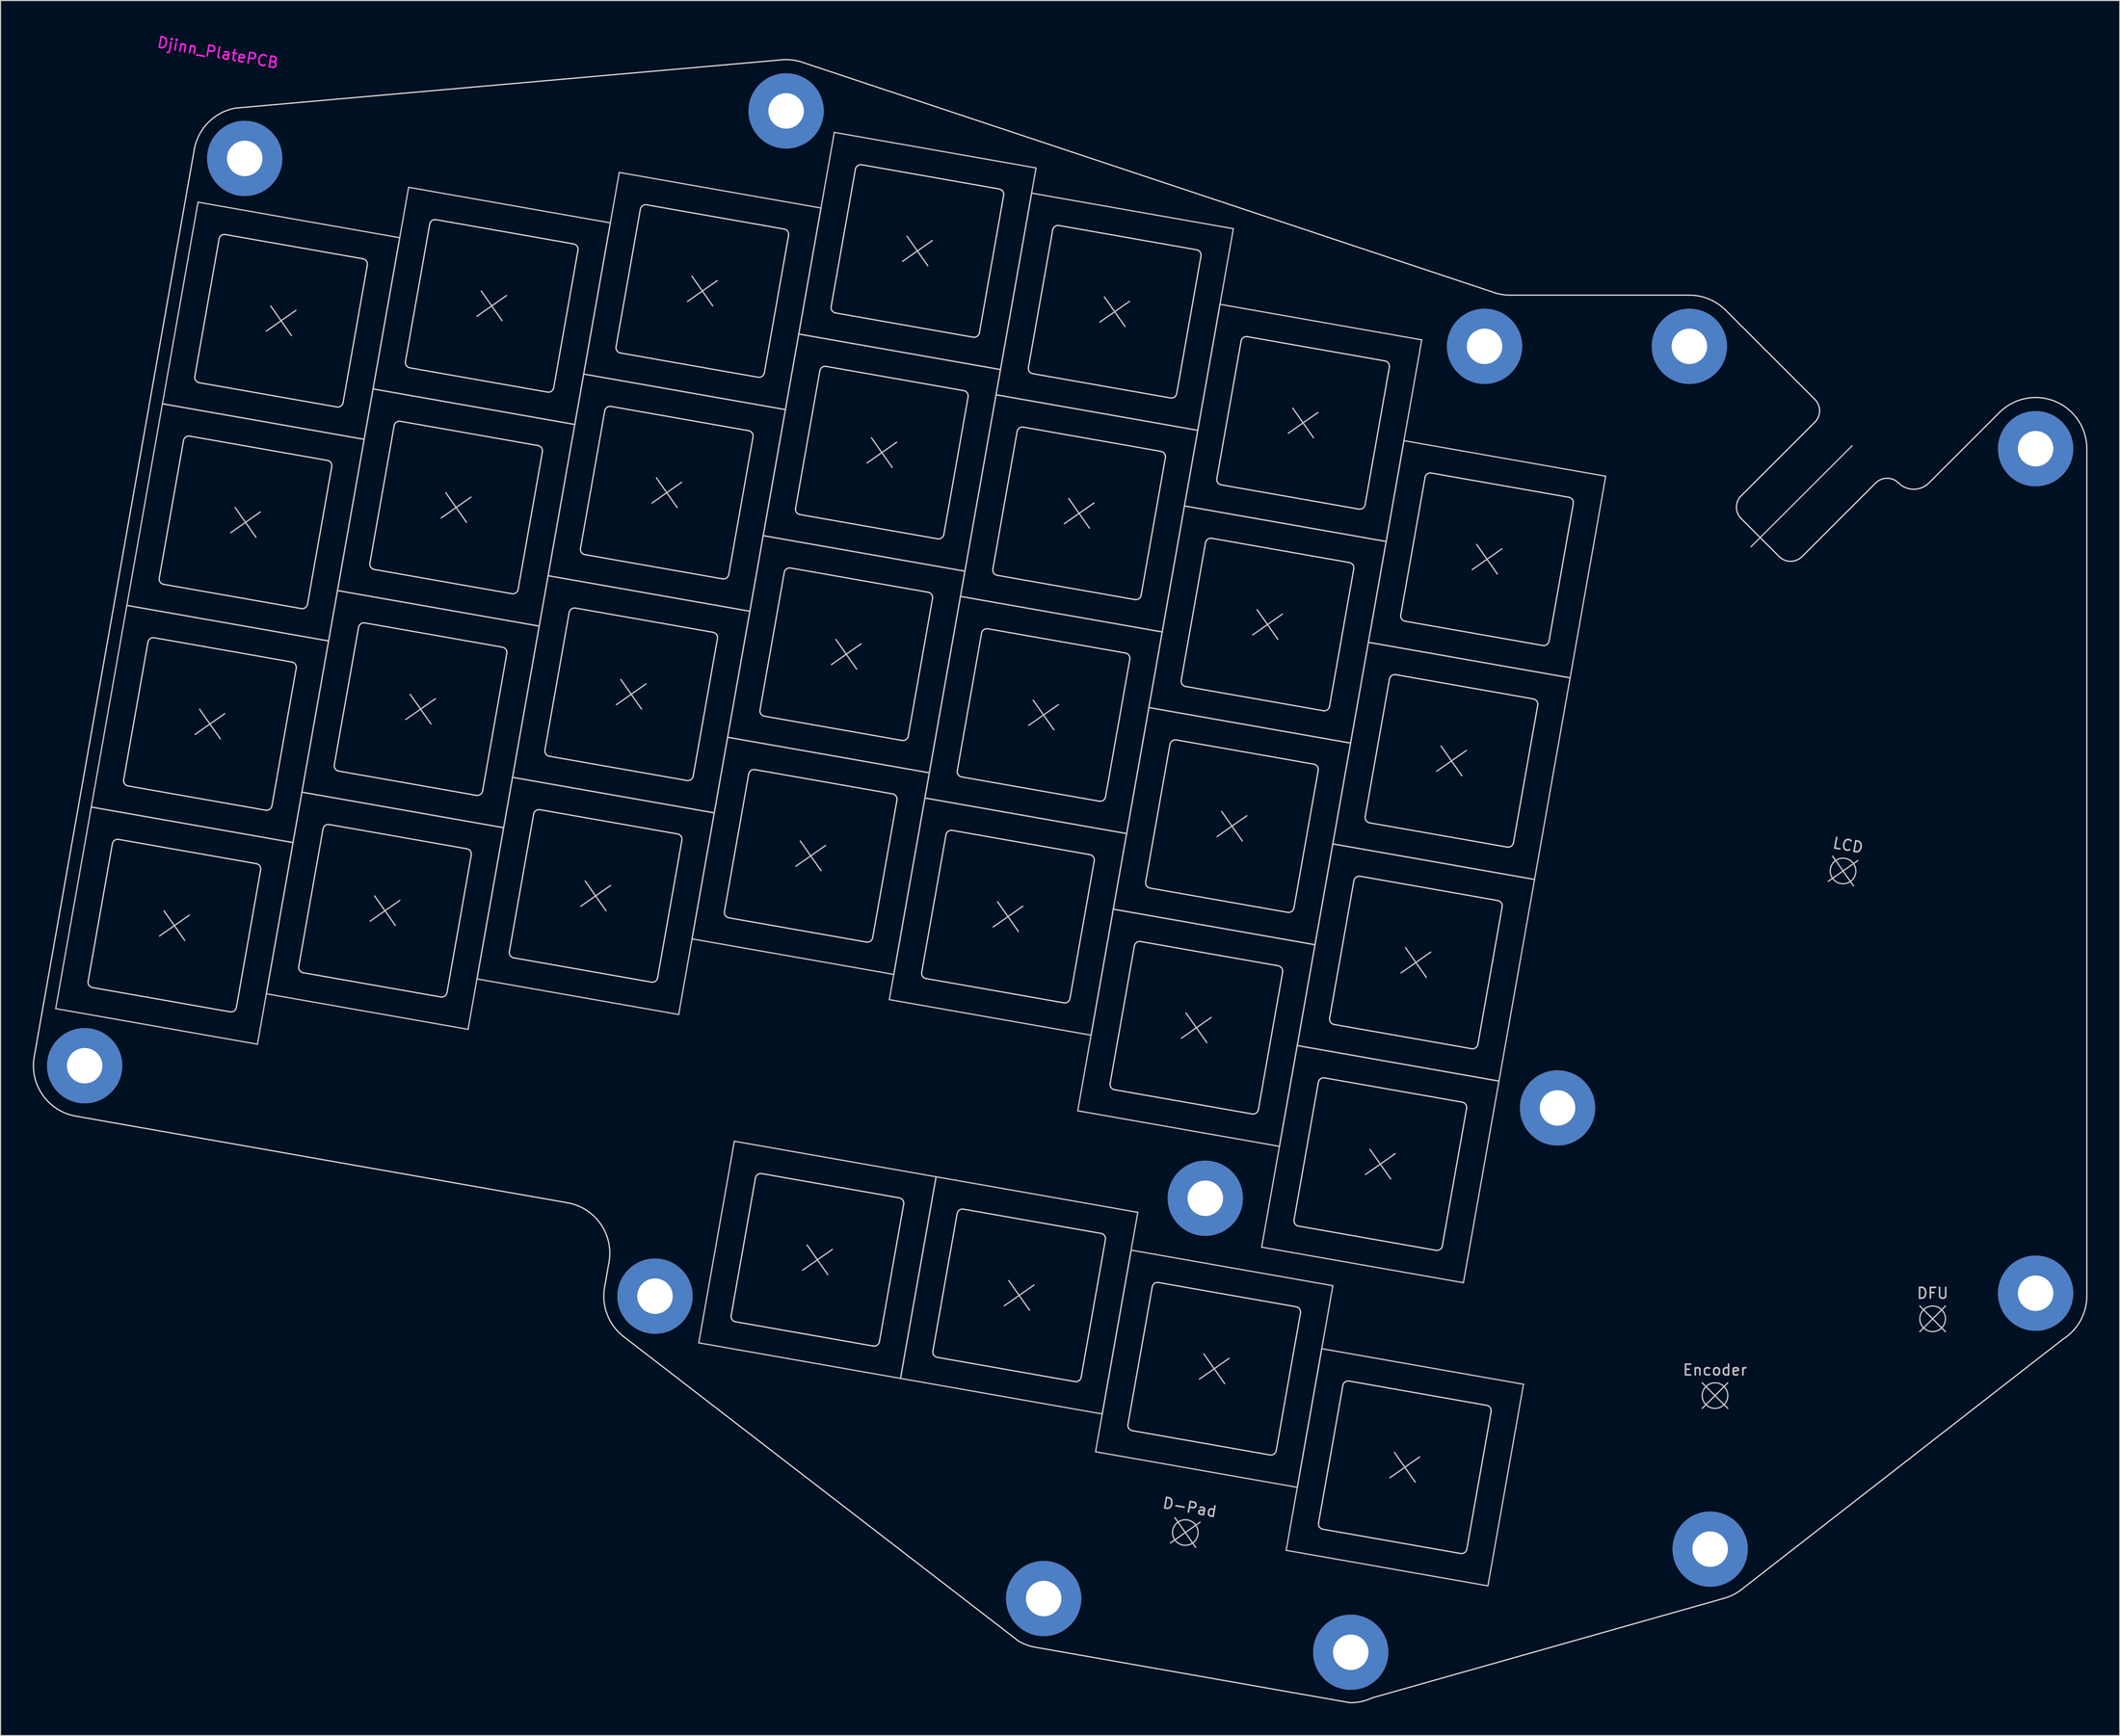
<source format=kicad_pcb>
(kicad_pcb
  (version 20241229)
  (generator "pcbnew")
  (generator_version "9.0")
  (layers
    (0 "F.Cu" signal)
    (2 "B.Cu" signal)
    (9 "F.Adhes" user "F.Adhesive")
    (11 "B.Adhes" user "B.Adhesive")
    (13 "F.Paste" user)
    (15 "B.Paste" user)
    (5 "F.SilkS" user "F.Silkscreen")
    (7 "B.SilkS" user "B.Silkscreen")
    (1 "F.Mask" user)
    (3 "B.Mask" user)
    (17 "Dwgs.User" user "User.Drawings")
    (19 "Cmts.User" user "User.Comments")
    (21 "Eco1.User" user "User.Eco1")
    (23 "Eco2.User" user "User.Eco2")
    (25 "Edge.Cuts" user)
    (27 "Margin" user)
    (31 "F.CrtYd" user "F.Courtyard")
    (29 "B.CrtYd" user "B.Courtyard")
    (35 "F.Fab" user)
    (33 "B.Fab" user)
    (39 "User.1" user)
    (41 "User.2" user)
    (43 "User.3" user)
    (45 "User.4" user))
  (footprint "Djinn_PlatePCB"
    (layer "F.Cu")
    (at 23.09 26.795)
    (property "Reference" "Djinn_PlatePCB" (at -5.88 -24.95 350) (layer "F.CrtYd") (effects (font (size 1 1) (thickness 0.15))))
    (attr through_hole)
    (fp_line (start -20.958 64.008) (end -17.65 45.248) (stroke (width 0.12) (type solid)) (layer "Dwgs.User"))
    (fp_line (start -17.65 45.248) (end 1.11 48.556) (stroke (width 0.12) (type solid)) (layer "Dwgs.User"))
    (fp_line (start -17.65 45.248) (end -14.342 26.487) (stroke (width 0.12) (type solid)) (layer "Dwgs.User"))
    (fp_line (start -14.342 26.487) (end 4.418 29.795) (stroke (width 0.12) (type solid)) (layer "Dwgs.User"))
    (fp_line (start -14.342 26.487) (end -11.034 7.726) (stroke (width 0.12) (type solid)) (layer "Dwgs.User"))
    (fp_line (start -11.034 7.726) (end 7.726 11.034) (stroke (width 0.12) (type solid)) (layer "Dwgs.User"))
    (fp_line (start -11.034 7.726) (end -7.726 -11.034) (stroke (width 0.12) (type solid)) (layer "Dwgs.User"))
    (fp_line (start -10.89 54.903) (end -8.958 57.661) (stroke (width 0.12) (type solid)) (layer "Dwgs.User"))
    (fp_line (start -8.545 55.316) (end -11.303 57.248) (stroke (width 0.12) (type solid)) (layer "Dwgs.User"))
    (fp_line (start -7.726 -11.034) (end 11.034 -7.726) (stroke (width 0.12) (type solid)) (layer "Dwgs.User"))
    (fp_line (start -7.582 36.142) (end -5.65 38.901) (stroke (width 0.12) (type solid)) (layer "Dwgs.User"))
    (fp_line (start -5.237 36.556) (end -7.995 38.487) (stroke (width 0.12) (type solid)) (layer "Dwgs.User"))
    (fp_line (start -4.274 17.381) (end -2.342 20.14) (stroke (width 0.12) (type solid)) (layer "Dwgs.User"))
    (fp_line (start -2.198 67.316) (end -20.958 64.008) (stroke (width 0.12) (type solid)) (layer "Dwgs.User"))
    (fp_line (start -1.929 17.795) (end -4.687 19.726) (stroke (width 0.12) (type solid)) (layer "Dwgs.User"))
    (fp_line (start -1.371 62.626) (end 1.937 43.866) (stroke (width 0.12) (type solid)) (layer "Dwgs.User"))
    (fp_line (start -0.966 -1.379) (end 0.966 1.379) (stroke (width 0.12) (type solid)) (layer "Dwgs.User"))
    (fp_line (start 1.11 48.556) (end -2.198 67.316) (stroke (width 0.12) (type solid)) (layer "Dwgs.User"))
    (fp_line (start 1.11 48.556) (end -17.65 45.248) (stroke (width 0.12) (type solid)) (layer "Dwgs.User"))
    (fp_line (start 1.379 -0.966) (end -1.379 0.966) (stroke (width 0.12) (type solid)) (layer "Dwgs.User"))
    (fp_line (start 1.937 43.866) (end 20.698 47.174) (stroke (width 0.12) (type solid)) (layer "Dwgs.User"))
    (fp_line (start 1.937 43.865) (end 5.245 25.105) (stroke (width 0.12) (type solid)) (layer "Dwgs.User"))
    (fp_line (start 4.418 29.795) (end 1.11 48.556) (stroke (width 0.12) (type solid)) (layer "Dwgs.User"))
    (fp_line (start 4.418 29.795) (end -14.342 26.487) (stroke (width 0.12) (type solid)) (layer "Dwgs.User"))
    (fp_line (start 5.245 25.105) (end 24.006 28.413) (stroke (width 0.12) (type solid)) (layer "Dwgs.User"))
    (fp_line (start 5.245 25.105) (end 8.553 6.344) (stroke (width 0.12) (type solid)) (layer "Dwgs.User"))
    (fp_line (start 7.726 11.034) (end 4.418 29.795) (stroke (width 0.12) (type solid)) (layer "Dwgs.User"))
    (fp_line (start 7.726 11.034) (end -11.034 7.726) (stroke (width 0.12) (type solid)) (layer "Dwgs.User"))
    (fp_line (start 8.553 6.344) (end 27.314 9.652) (stroke (width 0.12) (type solid)) (layer "Dwgs.User"))
    (fp_line (start 8.553 6.344) (end 11.861 -12.416) (stroke (width 0.12) (type solid)) (layer "Dwgs.User"))
    (fp_line (start 8.698 53.521) (end 10.629 56.279) (stroke (width 0.12) (type solid)) (layer "Dwgs.User"))
    (fp_line (start 11.034 -7.726) (end 7.726 11.034) (stroke (width 0.12) (type solid)) (layer "Dwgs.User"))
    (fp_line (start 11.043 53.934) (end 8.284 55.866) (stroke (width 0.12) (type solid)) (layer "Dwgs.User"))
    (fp_line (start 11.861 -12.416) (end 30.622 -9.108) (stroke (width 0.12) (type solid)) (layer "Dwgs.User"))
    (fp_line (start 12.006 34.76) (end 13.937 37.518) (stroke (width 0.12) (type solid)) (layer "Dwgs.User"))
    (fp_line (start 14.351 35.173) (end 11.592 37.105) (stroke (width 0.12) (type solid)) (layer "Dwgs.User"))
    (fp_line (start 15.314 15.999) (end 17.245 18.758) (stroke (width 0.12) (type solid)) (layer "Dwgs.User"))
    (fp_line (start 17.39 65.934) (end -1.371 62.626) (stroke (width 0.12) (type solid)) (layer "Dwgs.User"))
    (fp_line (start 17.659 16.413) (end 14.9 18.344) (stroke (width 0.12) (type solid)) (layer "Dwgs.User"))
    (fp_line (start 18.217 61.244) (end 21.525 42.483) (stroke (width 0.12) (type solid)) (layer "Dwgs.User"))
    (fp_line (start 18.622 -2.761) (end 20.553 -0.003) (stroke (width 0.12) (type solid)) (layer "Dwgs.User"))
    (fp_line (start 20.698 47.174) (end 17.39 65.934) (stroke (width 0.12) (type solid)) (layer "Dwgs.User"))
    (fp_line (start 20.698 47.173) (end 1.937 43.865) (stroke (width 0.12) (type solid)) (layer "Dwgs.User"))
    (fp_line (start 20.967 -2.348) (end 18.208 -0.416) (stroke (width 0.12) (type solid)) (layer "Dwgs.User"))
    (fp_line (start 21.525 42.483) (end 40.286 45.791) (stroke (width 0.12) (type solid)) (layer "Dwgs.User"))
    (fp_line (start 21.525 42.483) (end 24.833 23.723) (stroke (width 0.12) (type solid)) (layer "Dwgs.User"))
    (fp_line (start 24.006 28.413) (end 20.698 47.173) (stroke (width 0.12) (type solid)) (layer "Dwgs.User"))
    (fp_line (start 24.006 28.413) (end 5.245 25.105) (stroke (width 0.12) (type solid)) (layer "Dwgs.User"))
    (fp_line (start 24.833 23.723) (end 43.594 27.031) (stroke (width 0.12) (type solid)) (layer "Dwgs.User"))
    (fp_line (start 24.833 23.723) (end 28.141 4.962) (stroke (width 0.12) (type solid)) (layer "Dwgs.User"))
    (fp_line (start 27.314 9.652) (end 24.006 28.413) (stroke (width 0.12) (type solid)) (layer "Dwgs.User"))
    (fp_line (start 27.314 9.652) (end 8.553 6.344) (stroke (width 0.12) (type solid)) (layer "Dwgs.User"))
    (fp_line (start 28.141 4.962) (end 46.902 8.27) (stroke (width 0.12) (type solid)) (layer "Dwgs.User"))
    (fp_line (start 28.141 4.962) (end 31.449 -13.799) (stroke (width 0.12) (type solid)) (layer "Dwgs.User"))
    (fp_line (start 28.286 52.138) (end 30.217 54.897) (stroke (width 0.12) (type solid)) (layer "Dwgs.User"))
    (fp_line (start 30.622 -9.108) (end 27.314 9.652) (stroke (width 0.12) (type solid)) (layer "Dwgs.User"))
    (fp_line (start 30.631 52.552) (end 27.872 54.483) (stroke (width 0.12) (type solid)) (layer "Dwgs.User"))
    (fp_line (start 31.449 -13.799) (end 50.21 -10.491) (stroke (width 0.12) (type solid)) (layer "Dwgs.User"))
    (fp_line (start 31.594 33.378) (end 33.525 36.136) (stroke (width 0.12) (type solid)) (layer "Dwgs.User"))
    (fp_line (start 33.939 33.791) (end 31.18 35.723) (stroke (width 0.12) (type solid)) (layer "Dwgs.User"))
    (fp_line (start 34.902 14.617) (end 36.833 17.376) (stroke (width 0.12) (type solid)) (layer "Dwgs.User"))
    (fp_line (start 36.978 64.552) (end 18.217 61.244) (stroke (width 0.12) (type solid)) (layer "Dwgs.User"))
    (fp_line (start 37.247 15.031) (end 34.488 16.962) (stroke (width 0.12) (type solid)) (layer "Dwgs.User"))
    (fp_line (start 38.21 -4.144) (end 40.141 -1.385) (stroke (width 0.12) (type solid)) (layer "Dwgs.User"))
    (fp_line (start 38.218 57.517) (end 41.526 38.756) (stroke (width 0.12) (type solid)) (layer "Dwgs.User"))
    (fp_line (start 38.844 95.106) (end 42.152 76.345) (stroke (width 0.12) (type solid)) (layer "Dwgs.User"))
    (fp_line (start 40.286 45.791) (end 36.978 64.552) (stroke (width 0.12) (type solid)) (layer "Dwgs.User"))
    (fp_line (start 40.286 45.791) (end 21.525 42.483) (stroke (width 0.12) (type solid)) (layer "Dwgs.User"))
    (fp_line (start 40.555 -3.73) (end 37.796 -1.799) (stroke (width 0.12) (type solid)) (layer "Dwgs.User"))
    (fp_line (start 41.526 38.756) (end 60.287 42.064) (stroke (width 0.12) (type solid)) (layer "Dwgs.User"))
    (fp_line (start 41.526 38.756) (end 44.834 19.995) (stroke (width 0.12) (type solid)) (layer "Dwgs.User"))
    (fp_line (start 42.152 76.345) (end 60.913 79.653) (stroke (width 0.12) (type solid)) (layer "Dwgs.User"))
    (fp_line (start 43.594 27.031) (end 40.286 45.791) (stroke (width 0.12) (type solid)) (layer "Dwgs.User"))
    (fp_line (start 43.594 27.031) (end 24.833 23.723) (stroke (width 0.12) (type solid)) (layer "Dwgs.User"))
    (fp_line (start 44.834 19.995) (end 63.595 23.303) (stroke (width 0.12) (type solid)) (layer "Dwgs.User"))
    (fp_line (start 44.834 19.995) (end 48.142 1.235) (stroke (width 0.12) (type solid)) (layer "Dwgs.User"))
    (fp_line (start 46.902 8.27) (end 43.594 27.031) (stroke (width 0.12) (type solid)) (layer "Dwgs.User"))
    (fp_line (start 46.902 8.27) (end 28.141 4.962) (stroke (width 0.12) (type solid)) (layer "Dwgs.User"))
    (fp_line (start 48.142 1.235) (end 66.903 4.543) (stroke (width 0.12) (type solid)) (layer "Dwgs.User"))
    (fp_line (start 48.142 1.235) (end 51.45 -17.526) (stroke (width 0.12) (type solid)) (layer "Dwgs.User"))
    (fp_line (start 48.287 48.411) (end 50.218 51.17) (stroke (width 0.12) (type solid)) (layer "Dwgs.User"))
    (fp_line (start 48.913 86) (end 50.844 88.759) (stroke (width 0.12) (type solid)) (layer "Dwgs.User"))
    (fp_line (start 50.21 -10.491) (end 46.902 8.27) (stroke (width 0.12) (type solid)) (layer "Dwgs.User"))
    (fp_line (start 50.632 48.825) (end 47.873 50.756) (stroke (width 0.12) (type solid)) (layer "Dwgs.User"))
    (fp_line (start 51.258 86.414) (end 48.499 88.346) (stroke (width 0.12) (type solid)) (layer "Dwgs.User"))
    (fp_line (start 51.45 -17.526) (end 70.211 -14.218) (stroke (width 0.12) (type solid)) (layer "Dwgs.User"))
    (fp_line (start 51.595 29.65) (end 53.526 32.409) (stroke (width 0.12) (type solid)) (layer "Dwgs.User"))
    (fp_line (start 53.94 30.064) (end 51.181 31.996) (stroke (width 0.12) (type solid)) (layer "Dwgs.User"))
    (fp_line (start 54.903 10.89) (end 56.834 13.648) (stroke (width 0.12) (type solid)) (layer "Dwgs.User"))
    (fp_line (start 56.565 63.17) (end 59.873 44.409) (stroke (width 0.12) (type solid)) (layer "Dwgs.User"))
    (fp_line (start 56.979 60.825) (end 38.218 57.517) (stroke (width 0.12) (type solid)) (layer "Dwgs.User"))
    (fp_line (start 57.248 11.303) (end 54.489 13.235) (stroke (width 0.12) (type solid)) (layer "Dwgs.User"))
    (fp_line (start 57.605 98.414) (end 38.844 95.106) (stroke (width 0.12) (type solid)) (layer "Dwgs.User"))
    (fp_line (start 57.605 98.414) (end 60.913 79.653) (stroke (width 0.12) (type solid)) (layer "Dwgs.User"))
    (fp_line (start 58.211 -7.871) (end 60.142 -5.112) (stroke (width 0.12) (type solid)) (layer "Dwgs.User"))
    (fp_line (start 59.873 44.409) (end 78.634 47.717) (stroke (width 0.12) (type solid)) (layer "Dwgs.User"))
    (fp_line (start 59.873 44.409) (end 63.181 25.649) (stroke (width 0.12) (type solid)) (layer "Dwgs.User"))
    (fp_line (start 60.287 42.064) (end 56.979 60.825) (stroke (width 0.12) (type solid)) (layer "Dwgs.User"))
    (fp_line (start 60.287 42.064) (end 41.526 38.756) (stroke (width 0.12) (type solid)) (layer "Dwgs.User"))
    (fp_line (start 60.556 -7.457) (end 57.797 -5.526) (stroke (width 0.12) (type solid)) (layer "Dwgs.User"))
    (fp_line (start 60.913 79.653) (end 57.605 98.414) (stroke (width 0.12) (type solid)) (layer "Dwgs.User"))
    (fp_line (start 60.913 79.653) (end 79.673 82.961) (stroke (width 0.12) (type solid)) (layer "Dwgs.User"))
    (fp_line (start 63.181 25.649) (end 81.942 28.957) (stroke (width 0.12) (type solid)) (layer "Dwgs.User"))
    (fp_line (start 63.181 25.649) (end 66.489 6.888) (stroke (width 0.12) (type solid)) (layer "Dwgs.User"))
    (fp_line (start 63.595 23.303) (end 60.287 42.064) (stroke (width 0.12) (type solid)) (layer "Dwgs.User"))
    (fp_line (start 63.595 23.303) (end 44.834 19.995) (stroke (width 0.12) (type solid)) (layer "Dwgs.User"))
    (fp_line (start 66.489 6.888) (end 85.25 10.196) (stroke (width 0.12) (type solid)) (layer "Dwgs.User"))
    (fp_line (start 66.489 6.888) (end 69.797 -11.873) (stroke (width 0.12) (type solid)) (layer "Dwgs.User"))
    (fp_line (start 66.634 54.064) (end 68.565 56.823) (stroke (width 0.12) (type solid)) (layer "Dwgs.User"))
    (fp_line (start 66.903 4.543) (end 63.595 23.303) (stroke (width 0.12) (type solid)) (layer "Dwgs.User"))
    (fp_line (start 66.903 4.543) (end 48.142 1.235) (stroke (width 0.12) (type solid)) (layer "Dwgs.User"))
    (fp_line (start 67.673 89.308) (end 69.605 92.067) (stroke (width 0.12) (type solid)) (layer "Dwgs.User"))
    (fp_line (start 68.979 54.478) (end 66.22 56.409) (stroke (width 0.12) (type solid)) (layer "Dwgs.User"))
    (fp_line (start 69.797 -11.873) (end 88.558 -8.565) (stroke (width 0.12) (type solid)) (layer "Dwgs.User"))
    (fp_line (start 69.942 35.304) (end 71.873 38.062) (stroke (width 0.12) (type solid)) (layer "Dwgs.User"))
    (fp_line (start 70.018 89.722) (end 67.26 91.654) (stroke (width 0.12) (type solid)) (layer "Dwgs.User"))
    (fp_line (start 70.211 -14.218) (end 66.903 4.543) (stroke (width 0.12) (type solid)) (layer "Dwgs.User"))
    (fp_line (start 72.287 35.717) (end 69.528 37.649) (stroke (width 0.12) (type solid)) (layer "Dwgs.User"))
    (fp_line (start 73.25 16.543) (end 75.181 19.302) (stroke (width 0.12) (type solid)) (layer "Dwgs.User"))
    (fp_line (start 74.086 73.513) (end 77.394 54.753) (stroke (width 0.12) (type solid)) (layer "Dwgs.User"))
    (fp_line (start 75.326 66.478) (end 56.565 63.17) (stroke (width 0.12) (type solid)) (layer "Dwgs.User"))
    (fp_line (start 75.595 16.956) (end 72.836 18.888) (stroke (width 0.12) (type solid)) (layer "Dwgs.User"))
    (fp_line (start 75.745 105.24) (end 79.053 86.479) (stroke (width 0.12) (type solid)) (layer "Dwgs.User"))
    (fp_line (start 76.365 101.722) (end 57.605 98.414) (stroke (width 0.12) (type solid)) (layer "Dwgs.User"))
    (fp_line (start 76.558 -2.218) (end 78.489 0.541) (stroke (width 0.12) (type solid)) (layer "Dwgs.User"))
    (fp_line (start 77.394 54.753) (end 96.154 58.061) (stroke (width 0.12) (type solid)) (layer "Dwgs.User"))
    (fp_line (start 77.394 54.752) (end 80.702 35.992) (stroke (width 0.12) (type solid)) (layer "Dwgs.User"))
    (fp_line (start 78.634 47.717) (end 75.326 66.478) (stroke (width 0.12) (type solid)) (layer "Dwgs.User"))
    (fp_line (start 78.634 47.717) (end 59.873 44.409) (stroke (width 0.12) (type solid)) (layer "Dwgs.User"))
    (fp_line (start 78.903 -1.804) (end 76.144 0.127) (stroke (width 0.12) (type solid)) (layer "Dwgs.User"))
    (fp_line (start 79.053 86.479) (end 97.814 89.787) (stroke (width 0.12) (type solid)) (layer "Dwgs.User"))
    (fp_line (start 79.673 82.961) (end 76.365 101.722) (stroke (width 0.12) (type solid)) (layer "Dwgs.User"))
    (fp_line (start 80.702 35.992) (end 99.462 39.3) (stroke (width 0.12) (type solid)) (layer "Dwgs.User"))
    (fp_line (start 80.702 35.992) (end 84.01 17.231) (stroke (width 0.12) (type solid)) (layer "Dwgs.User"))
    (fp_line (start 81.942 28.957) (end 78.634 47.717) (stroke (width 0.12) (type solid)) (layer "Dwgs.User"))
    (fp_line (start 81.942 28.957) (end 63.181 25.649) (stroke (width 0.12) (type solid)) (layer "Dwgs.User"))
    (fp_line (start 83.126 111.377) (end 85.058 114.136) (stroke (width 0.12) (type solid)) (layer "Dwgs.User"))
    (fp_line (start 84.01 17.231) (end 102.77 20.539) (stroke (width 0.12) (type solid)) (layer "Dwgs.User"))
    (fp_line (start 84.01 17.231) (end 87.318 -1.529) (stroke (width 0.12) (type solid)) (layer "Dwgs.User"))
    (fp_line (start 84.154 64.408) (end 86.086 67.166) (stroke (width 0.12) (type solid)) (layer "Dwgs.User"))
    (fp_line (start 85.25 10.196) (end 81.942 28.957) (stroke (width 0.12) (type solid)) (layer "Dwgs.User"))
    (fp_line (start 85.25 10.196) (end 66.489 6.888) (stroke (width 0.12) (type solid)) (layer "Dwgs.User"))
    (fp_line (start 85.471 111.791) (end 82.712 113.722) (stroke (width 0.12) (type solid)) (layer "Dwgs.User"))
    (fp_line (start 85.814 96.134) (end 87.745 98.893) (stroke (width 0.12) (type solid)) (layer "Dwgs.User"))
    (fp_line (start 86.499 64.821) (end 83.741 66.753) (stroke (width 0.12) (type solid)) (layer "Dwgs.User"))
    (fp_line (start 87.318 -1.529) (end 106.078 1.779) (stroke (width 0.12) (type solid)) (layer "Dwgs.User"))
    (fp_line (start 87.462 45.647) (end 89.394 48.405) (stroke (width 0.12) (type solid)) (layer "Dwgs.User"))
    (fp_line (start 88.159 96.548) (end 85.4 98.479) (stroke (width 0.12) (type solid)) (layer "Dwgs.User"))
    (fp_line (start 88.558 -8.565) (end 85.25 10.196) (stroke (width 0.12) (type solid)) (layer "Dwgs.User"))
    (fp_line (start 89.807 46.06) (end 87.049 47.992) (stroke (width 0.12) (type solid)) (layer "Dwgs.User"))
    (fp_line (start 90.77 26.886) (end 92.702 29.645) (stroke (width 0.12) (type solid)) (layer "Dwgs.User"))
    (fp_line (start 91.192 86.201) (end 94.5 67.441) (stroke (width 0.12) (type solid)) (layer "Dwgs.User"))
    (fp_line (start 92.846 76.821) (end 74.086 73.513) (stroke (width 0.12) (type solid)) (layer "Dwgs.User"))
    (fp_line (start 93.115 27.3) (end 90.357 29.231) (stroke (width 0.12) (type solid)) (layer "Dwgs.User"))
    (fp_line (start 93.472 114.41) (end 96.78 95.65) (stroke (width 0.12) (type solid)) (layer "Dwgs.User"))
    (fp_line (start 94.078 8.126) (end 96.01 10.884) (stroke (width 0.12) (type solid)) (layer "Dwgs.User"))
    (fp_line (start 94.5 67.441) (end 113.261 70.749) (stroke (width 0.12) (type solid)) (layer "Dwgs.User"))
    (fp_line (start 94.5 67.441) (end 97.808 48.68) (stroke (width 0.12) (type solid)) (layer "Dwgs.User"))
    (fp_line (start 94.506 108.548) (end 75.745 105.24) (stroke (width 0.12) (type solid)) (layer "Dwgs.User"))
    (fp_line (start 96.154 58.061) (end 92.846 76.821) (stroke (width 0.12) (type solid)) (layer "Dwgs.User"))
    (fp_line (start 96.154 58.06) (end 77.394 54.752) (stroke (width 0.12) (type solid)) (layer "Dwgs.User"))
    (fp_line (start 96.423 8.539) (end 93.665 10.471) (stroke (width 0.12) (type solid)) (layer "Dwgs.User"))
    (fp_line (start 96.78 95.65) (end 115.541 98.958) (stroke (width 0.12) (type solid)) (layer "Dwgs.User"))
    (fp_line (start 97.808 48.68) (end 116.569 51.988) (stroke (width 0.12) (type solid)) (layer "Dwgs.User"))
    (fp_line (start 97.808 48.68) (end 101.116 29.92) (stroke (width 0.12) (type solid)) (layer "Dwgs.User"))
    (fp_line (start 97.814 89.787) (end 94.506 108.548) (stroke (width 0.12) (type solid)) (layer "Dwgs.User"))
    (fp_line (start 99.462 39.3) (end 96.154 58.06) (stroke (width 0.12) (type solid)) (layer "Dwgs.User"))
    (fp_line (start 99.462 39.3) (end 80.702 35.992) (stroke (width 0.12) (type solid)) (layer "Dwgs.User"))
    (fp_line (start 101.116 29.92) (end 119.877 33.228) (stroke (width 0.12) (type solid)) (layer "Dwgs.User"))
    (fp_line (start 101.116 29.919) (end 104.424 11.159) (stroke (width 0.12) (type solid)) (layer "Dwgs.User"))
    (fp_line (start 101.261 77.096) (end 103.192 79.854) (stroke (width 0.12) (type solid)) (layer "Dwgs.User"))
    (fp_line (start 102.77 20.539) (end 99.462 39.3) (stroke (width 0.12) (type solid)) (layer "Dwgs.User"))
    (fp_line (start 102.77 20.539) (end 84.01 17.231) (stroke (width 0.12) (type solid)) (layer "Dwgs.User"))
    (fp_line (start 103.541 105.305) (end 105.472 108.063) (stroke (width 0.12) (type solid)) (layer "Dwgs.User"))
    (fp_line (start 103.606 77.509) (end 100.847 79.441) (stroke (width 0.12) (type solid)) (layer "Dwgs.User"))
    (fp_line (start 104.424 11.159) (end 123.185 14.467) (stroke (width 0.12) (type solid)) (layer "Dwgs.User"))
    (fp_line (start 104.569 58.335) (end 106.5 61.094) (stroke (width 0.12) (type solid)) (layer "Dwgs.User"))
    (fp_line (start 105.886 105.718) (end 103.127 107.65) (stroke (width 0.12) (type solid)) (layer "Dwgs.User"))
    (fp_line (start 106.078 1.779) (end 102.77 20.539) (stroke (width 0.12) (type solid)) (layer "Dwgs.User"))
    (fp_line (start 106.914 58.749) (end 104.155 60.68) (stroke (width 0.12) (type solid)) (layer "Dwgs.User"))
    (fp_line (start 107.877 39.575) (end 109.808 42.333) (stroke (width 0.12) (type solid)) (layer "Dwgs.User"))
    (fp_line (start 109.953 89.509) (end 91.192 86.201) (stroke (width 0.12) (type solid)) (layer "Dwgs.User"))
    (fp_line (start 110.222 39.988) (end 107.463 41.92) (stroke (width 0.12) (type solid)) (layer "Dwgs.User"))
    (fp_line (start 111.185 20.814) (end 113.116 23.572) (stroke (width 0.12) (type solid)) (layer "Dwgs.User"))
    (fp_line (start 112.233 117.718) (end 93.472 114.41) (stroke (width 0.12) (type solid)) (layer "Dwgs.User"))
    (fp_line (start 113.261 70.749) (end 109.953 89.509) (stroke (width 0.12) (type solid)) (layer "Dwgs.User"))
    (fp_line (start 113.261 70.749) (end 94.5 67.441) (stroke (width 0.12) (type solid)) (layer "Dwgs.User"))
    (fp_line (start 113.53 21.227) (end 110.771 23.159) (stroke (width 0.12) (type solid)) (layer "Dwgs.User"))
    (fp_line (start 115.541 98.958) (end 112.233 117.718) (stroke (width 0.12) (type solid)) (layer "Dwgs.User"))
    (fp_line (start 116.569 51.988) (end 113.261 70.749) (stroke (width 0.12) (type solid)) (layer "Dwgs.User"))
    (fp_line (start 116.569 51.988) (end 97.808 48.68) (stroke (width 0.12) (type solid)) (layer "Dwgs.User"))
    (fp_line (start 119.877 33.228) (end 116.569 51.988) (stroke (width 0.12) (type solid)) (layer "Dwgs.User"))
    (fp_line (start 119.877 33.227) (end 101.116 29.919) (stroke (width 0.12) (type solid)) (layer "Dwgs.User"))
    (fp_line (start 123.185 14.467) (end 119.877 33.227) (stroke (width 0.12) (type solid)) (layer "Dwgs.User"))
    (fp_line (start 132.16 98.822) (end 134.541 101.204) (stroke (width 0.12) (type solid)) (layer "Dwgs.User"))
    (fp_line (start 134.541 98.822) (end 132.16 101.204) (stroke (width 0.12) (type solid)) (layer "Dwgs.User"))
    (fp_line (start 144.291 49.818) (end 146.223 52.576) (stroke (width 0.12) (type solid)) (layer "Dwgs.User"))
    (fp_line (start 146.1 11.632) (end 136.702 21.03) (stroke (width 0.12) (type solid)) (layer "Dwgs.User"))
    (fp_line (start 146.636 50.231) (end 143.878 52.163) (stroke (width 0.12) (type solid)) (layer "Dwgs.User"))
    (fp_line (start 152.401 91.679) (end 154.782 94.06) (stroke (width 0.12) (type solid)) (layer "Dwgs.User"))
    (fp_line (start 154.782 91.679) (end 152.401 94.06) (stroke (width 0.12) (type solid)) (layer "Dwgs.User"))
    (fp_circle (center 84.092 112.756) (end 85.282 112.756) (stroke (width 0.12) (type solid)) (fill no) (layer "Dwgs.User"))
    (fp_circle (center 133.351 100.013) (end 134.541 100.013) (stroke (width 0.12) (type solid)) (fill no) (layer "Dwgs.User"))
    (fp_circle (center 145.257 51.197) (end 146.429 51.404) (stroke (width 0.12) (type solid)) (fill no) (layer "Dwgs.User"))
    (fp_circle (center 153.591 92.869) (end 154.782 92.869) (stroke (width 0.12) (type solid)) (fill no) (layer "Dwgs.User"))
    (fp_line (start -19.095 74.009) (end 26.634 82.072) (stroke (width 0.12) (type solid)) (layer "Edge.Cuts"))
    (fp_line (start -17.541 62.047) (end -4.738 64.304) (stroke (width 0.12) (type solid)) (layer "Edge.Cuts"))
    (fp_line (start -15.689 48.665) (end -17.946 61.468) (stroke (width 0.12) (type solid)) (layer "Edge.Cuts"))
    (fp_line (start -15.11 48.26) (end -2.307 50.517) (stroke (width 0.12) (type solid)) (layer "Edge.Cuts"))
    (fp_line (start -14.233 43.286) (end -1.43 45.544) (stroke (width 0.12) (type solid)) (layer "Edge.Cuts"))
    (fp_line (start -12.381 29.905) (end -14.638 42.707) (stroke (width 0.12) (type solid)) (layer "Edge.Cuts"))
    (fp_line (start -11.802 29.499) (end 1.001 31.756) (stroke (width 0.12) (type solid)) (layer "Edge.Cuts"))
    (fp_line (start -10.925 24.526) (end 1.878 26.783) (stroke (width 0.12) (type solid)) (layer "Edge.Cuts"))
    (fp_line (start -9.073 11.144) (end -11.33 23.946) (stroke (width 0.12) (type solid)) (layer "Edge.Cuts"))
    (fp_line (start -8.494 10.738) (end 4.309 12.996) (stroke (width 0.12) (type solid)) (layer "Edge.Cuts"))
    (fp_line (start -8.072 -15.931) (end -22.958 68.492) (stroke (width 0.12) (type solid)) (layer "Edge.Cuts"))
    (fp_line (start -7.617 5.765) (end 5.186 8.022) (stroke (width 0.12) (type solid)) (layer "Edge.Cuts"))
    (fp_line (start -5.765 -7.617) (end -8.022 5.186) (stroke (width 0.12) (type solid)) (layer "Edge.Cuts"))
    (fp_line (start -5.186 -8.022) (end 7.617 -5.765) (stroke (width 0.12) (type solid)) (layer "Edge.Cuts"))
    (fp_line (start -4.25 -19.787) (end 46.347 -24.258) (stroke (width 0.12) (type solid)) (layer "Edge.Cuts"))
    (fp_line (start -1.902 51.096) (end -4.159 63.899) (stroke (width 0.12) (type solid)) (layer "Edge.Cuts"))
    (fp_line (start 1.406 32.336) (end -0.851 45.138) (stroke (width 0.12) (type solid)) (layer "Edge.Cuts"))
    (fp_line (start 2.047 60.665) (end 14.849 62.922) (stroke (width 0.12) (type solid)) (layer "Edge.Cuts"))
    (fp_line (start 3.899 47.283) (end 1.641 60.086) (stroke (width 0.12) (type solid)) (layer "Edge.Cuts"))
    (fp_line (start 4.478 46.877) (end 17.28 49.135) (stroke (width 0.12) (type solid)) (layer "Edge.Cuts"))
    (fp_line (start 4.714 13.575) (end 2.457 26.377) (stroke (width 0.12) (type solid)) (layer "Edge.Cuts"))
    (fp_line (start 5.355 41.904) (end 18.157 44.162) (stroke (width 0.12) (type solid)) (layer "Edge.Cuts"))
    (fp_line (start 7.207 28.522) (end 4.949 41.325) (stroke (width 0.12) (type solid)) (layer "Edge.Cuts"))
    (fp_line (start 7.786 28.117) (end 20.588 30.374) (stroke (width 0.12) (type solid)) (layer "Edge.Cuts"))
    (fp_line (start 8.022 -5.186) (end 5.765 7.617) (stroke (width 0.12) (type solid)) (layer "Edge.Cuts"))
    (fp_line (start 8.663 23.143) (end 21.465 25.401) (stroke (width 0.12) (type solid)) (layer "Edge.Cuts"))
    (fp_line (start 10.515 9.762) (end 8.257 22.564) (stroke (width 0.12) (type solid)) (layer "Edge.Cuts"))
    (fp_line (start 11.094 9.356) (end 23.896 11.614) (stroke (width 0.12) (type solid)) (layer "Edge.Cuts"))
    (fp_line (start 11.971 4.383) (end 24.773 6.64) (stroke (width 0.12) (type solid)) (layer "Edge.Cuts"))
    (fp_line (start 13.823 -8.999) (end 11.565 3.804) (stroke (width 0.12) (type solid)) (layer "Edge.Cuts"))
    (fp_line (start 14.402 -9.405) (end 27.204 -7.147) (stroke (width 0.12) (type solid)) (layer "Edge.Cuts"))
    (fp_line (start 17.686 49.714) (end 15.429 62.517) (stroke (width 0.12) (type solid)) (layer "Edge.Cuts"))
    (fp_line (start 20.994 30.953) (end 18.737 43.756) (stroke (width 0.12) (type solid)) (layer "Edge.Cuts"))
    (fp_line (start 21.635 59.283) (end 34.437 61.54) (stroke (width 0.12) (type solid)) (layer "Edge.Cuts"))
    (fp_line (start 23.486 45.901) (end 21.229 58.703) (stroke (width 0.12) (type solid)) (layer "Edge.Cuts"))
    (fp_line (start 24.066 45.495) (end 36.868 47.753) (stroke (width 0.12) (type solid)) (layer "Edge.Cuts"))
    (fp_line (start 24.302 12.193) (end 22.045 24.995) (stroke (width 0.12) (type solid)) (layer "Edge.Cuts"))
    (fp_line (start 24.943 40.522) (end 37.745 42.779) (stroke (width 0.12) (type solid)) (layer "Edge.Cuts"))
    (fp_line (start 26.794 27.14) (end 24.537 39.943) (stroke (width 0.12) (type solid)) (layer "Edge.Cuts"))
    (fp_line (start 27.374 26.735) (end 40.176 28.992) (stroke (width 0.12) (type solid)) (layer "Edge.Cuts"))
    (fp_line (start 27.61 -6.568) (end 25.353 6.235) (stroke (width 0.12) (type solid)) (layer "Edge.Cuts"))
    (fp_line (start 28.251 21.761) (end 41.053 24.019) (stroke (width 0.12) (type solid)) (layer "Edge.Cuts"))
    (fp_line (start 30.102 8.38) (end 27.845 21.182) (stroke (width 0.12) (type solid)) (layer "Edge.Cuts"))
    (fp_line (start 30.498 87.589) (end 30.084 89.934) (stroke (width 0.12) (type solid)) (layer "Edge.Cuts"))
    (fp_line (start 30.682 7.974) (end 43.484 10.231) (stroke (width 0.12) (type solid)) (layer "Edge.Cuts"))
    (fp_line (start 31.559 3.001) (end 44.361 5.258) (stroke (width 0.12) (type solid)) (layer "Edge.Cuts"))
    (fp_line (start 31.849 94.519) (end 68.579 122.853) (stroke (width 0.12) (type solid)) (layer "Edge.Cuts"))
    (fp_line (start 33.41 -10.381) (end 31.153 2.421) (stroke (width 0.12) (type solid)) (layer "Edge.Cuts"))
    (fp_line (start 33.99 -10.787) (end 46.792 -8.529) (stroke (width 0.12) (type solid)) (layer "Edge.Cuts"))
    (fp_line (start 37.274 48.332) (end 35.016 61.134) (stroke (width 0.12) (type solid)) (layer "Edge.Cuts"))
    (fp_line (start 40.582 29.571) (end 38.324 42.374) (stroke (width 0.12) (type solid)) (layer "Edge.Cuts"))
    (fp_line (start 41.636 55.555) (end 54.438 57.813) (stroke (width 0.12) (type solid)) (layer "Edge.Cuts"))
    (fp_line (start 42.262 93.145) (end 55.064 95.402) (stroke (width 0.12) (type solid)) (layer "Edge.Cuts"))
    (fp_line (start 43.488 42.174) (end 41.23 54.976) (stroke (width 0.12) (type solid)) (layer "Edge.Cuts"))
    (fp_line (start 43.89 10.811) (end 41.632 23.613) (stroke (width 0.12) (type solid)) (layer "Edge.Cuts"))
    (fp_line (start 44.067 41.768) (end 56.869 44.026) (stroke (width 0.12) (type solid)) (layer "Edge.Cuts"))
    (fp_line (start 44.114 79.763) (end 41.856 92.565) (stroke (width 0.12) (type solid)) (layer "Edge.Cuts"))
    (fp_line (start 44.693 79.357) (end 57.495 81.615) (stroke (width 0.12) (type solid)) (layer "Edge.Cuts"))
    (fp_line (start 44.944 36.795) (end 57.746 39.052) (stroke (width 0.12) (type solid)) (layer "Edge.Cuts"))
    (fp_line (start 46.796 23.413) (end 44.538 36.215) (stroke (width 0.12) (type solid)) (layer "Edge.Cuts"))
    (fp_line (start 47.198 -7.95) (end 44.94 4.852) (stroke (width 0.12) (type solid)) (layer "Edge.Cuts"))
    (fp_line (start 47.375 23.007) (end 60.177 25.265) (stroke (width 0.12) (type solid)) (layer "Edge.Cuts"))
    (fp_line (start 48.252 18.034) (end 61.054 20.291) (stroke (width 0.12) (type solid)) (layer "Edge.Cuts"))
    (fp_line (start 48.648 -23.992) (end 112.603 -2.694) (stroke (width 0.12) (type solid)) (layer "Edge.Cuts"))
    (fp_line (start 50.104 4.652) (end 47.846 17.455) (stroke (width 0.12) (type solid)) (layer "Edge.Cuts"))
    (fp_line (start 50.683 4.247) (end 63.485 6.504) (stroke (width 0.12) (type solid)) (layer "Edge.Cuts"))
    (fp_line (start 51.56 -0.727) (end 64.362 1.531) (stroke (width 0.12) (type solid)) (layer "Edge.Cuts"))
    (fp_line (start 53.412 -14.108) (end 51.154 -1.306) (stroke (width 0.12) (type solid)) (layer "Edge.Cuts"))
    (fp_line (start 53.991 -14.514) (end 66.793 -12.256) (stroke (width 0.12) (type solid)) (layer "Edge.Cuts"))
    (fp_line (start 57.275 44.605) (end 55.017 57.407) (stroke (width 0.12) (type solid)) (layer "Edge.Cuts"))
    (fp_line (start 57.901 82.194) (end 55.643 94.997) (stroke (width 0.12) (type solid)) (layer "Edge.Cuts"))
    (fp_line (start 59.983 61.208) (end 72.785 63.466) (stroke (width 0.12) (type solid)) (layer "Edge.Cuts"))
    (fp_line (start 60.583 25.844) (end 58.325 38.647) (stroke (width 0.12) (type solid)) (layer "Edge.Cuts"))
    (fp_line (start 61.022 96.453) (end 73.825 98.71) (stroke (width 0.12) (type solid)) (layer "Edge.Cuts"))
    (fp_line (start 61.835 47.827) (end 59.577 60.629) (stroke (width 0.12) (type solid)) (layer "Edge.Cuts"))
    (fp_line (start 62.414 47.421) (end 75.216 49.679) (stroke (width 0.12) (type solid)) (layer "Edge.Cuts"))
    (fp_line (start 62.874 83.071) (end 60.617 95.873) (stroke (width 0.12) (type solid)) (layer "Edge.Cuts"))
    (fp_line (start 63.291 42.448) (end 76.093 44.705) (stroke (width 0.12) (type solid)) (layer "Edge.Cuts"))
    (fp_line (start 63.453 82.665) (end 76.256 84.923) (stroke (width 0.12) (type solid)) (layer "Edge.Cuts"))
    (fp_line (start 63.891 7.083) (end 61.633 19.886) (stroke (width 0.12) (type solid)) (layer "Edge.Cuts"))
    (fp_line (start 65.143 29.066) (end 62.885 41.869) (stroke (width 0.12) (type solid)) (layer "Edge.Cuts"))
    (fp_line (start 65.722 28.661) (end 78.524 30.918) (stroke (width 0.12) (type solid)) (layer "Edge.Cuts"))
    (fp_line (start 66.599 23.687) (end 79.401 25.945) (stroke (width 0.12) (type solid)) (layer "Edge.Cuts"))
    (fp_line (start 67.199 -11.677) (end 64.941 1.125) (stroke (width 0.12) (type solid)) (layer "Edge.Cuts"))
    (fp_line (start 68.451 10.305) (end 66.193 23.108) (stroke (width 0.12) (type solid)) (layer "Edge.Cuts"))
    (fp_line (start 69.03 9.9) (end 81.832 12.157) (stroke (width 0.12) (type solid)) (layer "Edge.Cuts"))
    (fp_line (start 69.907 4.926) (end 82.709 7.184) (stroke (width 0.12) (type solid)) (layer "Edge.Cuts"))
    (fp_line (start 70.121 123.424) (end 99.393 128.585) (stroke (width 0.12) (type solid)) (layer "Edge.Cuts"))
    (fp_line (start 71.759 -8.455) (end 69.501 4.347) (stroke (width 0.12) (type solid)) (layer "Edge.Cuts"))
    (fp_line (start 72.338 -8.861) (end 85.14 -6.603) (stroke (width 0.12) (type solid)) (layer "Edge.Cuts"))
    (fp_line (start 75.622 50.258) (end 73.365 63.06) (stroke (width 0.12) (type solid)) (layer "Edge.Cuts"))
    (fp_line (start 76.661 85.502) (end 74.404 98.305) (stroke (width 0.12) (type solid)) (layer "Edge.Cuts"))
    (fp_line (start 77.503 71.552) (end 90.306 73.809) (stroke (width 0.12) (type solid)) (layer "Edge.Cuts"))
    (fp_line (start 78.93 31.497) (end 76.673 44.3) (stroke (width 0.12) (type solid)) (layer "Edge.Cuts"))
    (fp_line (start 79.163 103.278) (end 91.965 105.536) (stroke (width 0.12) (type solid)) (layer "Edge.Cuts"))
    (fp_line (start 79.355 58.17) (end 77.097 70.973) (stroke (width 0.12) (type solid)) (layer "Edge.Cuts"))
    (fp_line (start 79.934 57.764) (end 92.737 60.022) (stroke (width 0.12) (type solid)) (layer "Edge.Cuts"))
    (fp_line (start 80.811 52.791) (end 93.614 55.049) (stroke (width 0.12) (type solid)) (layer "Edge.Cuts"))
    (fp_line (start 81.015 89.897) (end 78.757 102.699) (stroke (width 0.12) (type solid)) (layer "Edge.Cuts"))
    (fp_line (start 81.594 89.491) (end 94.396 91.748) (stroke (width 0.12) (type solid)) (layer "Edge.Cuts"))
    (fp_line (start 82.238 12.736) (end 79.981 25.539) (stroke (width 0.12) (type solid)) (layer "Edge.Cuts"))
    (fp_line (start 82.663 39.409) (end 80.405 52.212) (stroke (width 0.12) (type solid)) (layer "Edge.Cuts"))
    (fp_line (start 83.242 39.004) (end 96.045 41.261) (stroke (width 0.12) (type solid)) (layer "Edge.Cuts"))
    (fp_line (start 84.119 34.03) (end 96.922 36.288) (stroke (width 0.12) (type solid)) (layer "Edge.Cuts"))
    (fp_line (start 85.546 -6.024) (end 83.289 6.778) (stroke (width 0.12) (type solid)) (layer "Edge.Cuts"))
    (fp_line (start 85.971 20.649) (end 83.713 33.451) (stroke (width 0.12) (type solid)) (layer "Edge.Cuts"))
    (fp_line (start 86.55 20.243) (end 99.353 22.501) (stroke (width 0.12) (type solid)) (layer "Edge.Cuts"))
    (fp_line (start 87.427 15.27) (end 100.23 17.527) (stroke (width 0.12) (type solid)) (layer "Edge.Cuts"))
    (fp_line (start 89.279 1.888) (end 87.021 14.691) (stroke (width 0.12) (type solid)) (layer "Edge.Cuts"))
    (fp_line (start 89.858 1.482) (end 102.661 3.74) (stroke (width 0.12) (type solid)) (layer "Edge.Cuts"))
    (fp_line (start 93.142 60.601) (end 90.885 73.404) (stroke (width 0.12) (type solid)) (layer "Edge.Cuts"))
    (fp_line (start 94.61 84.24) (end 107.412 86.498) (stroke (width 0.12) (type solid)) (layer "Edge.Cuts"))
    (fp_line (start 94.802 92.328) (end 92.544 105.13) (stroke (width 0.12) (type solid)) (layer "Edge.Cuts"))
    (fp_line (start 96.45 41.84) (end 94.193 54.643) (stroke (width 0.12) (type solid)) (layer "Edge.Cuts"))
    (fp_line (start 96.462 70.858) (end 94.204 83.661) (stroke (width 0.12) (type solid)) (layer "Edge.Cuts"))
    (fp_line (start 96.89 112.449) (end 109.692 114.706) (stroke (width 0.12) (type solid)) (layer "Edge.Cuts"))
    (fp_line (start 97.041 70.453) (end 109.843 72.71) (stroke (width 0.12) (type solid)) (layer "Edge.Cuts"))
    (fp_line (start 97.918 65.479) (end 110.72 67.737) (stroke (width 0.12) (type solid)) (layer "Edge.Cuts"))
    (fp_line (start 98.742 99.067) (end 96.484 111.87) (stroke (width 0.12) (type solid)) (layer "Edge.Cuts"))
    (fp_line (start 99.321 98.662) (end 112.123 100.919) (stroke (width 0.12) (type solid)) (layer "Edge.Cuts"))
    (fp_line (start 99.758 23.08) (end 97.501 35.882) (stroke (width 0.12) (type solid)) (layer "Edge.Cuts"))
    (fp_line (start 99.77 52.098) (end 97.512 64.9) (stroke (width 0.12) (type solid)) (layer "Edge.Cuts"))
    (fp_line (start 100.349 51.692) (end 113.151 53.95) (stroke (width 0.12) (type solid)) (layer "Edge.Cuts"))
    (fp_line (start 101.226 46.719) (end 114.028 48.976) (stroke (width 0.12) (type solid)) (layer "Edge.Cuts"))
    (fp_line (start 101.492 128.13) (end 134.24 118.862) (stroke (width 0.12) (type solid)) (layer "Edge.Cuts"))
    (fp_line (start 103.066 4.319) (end 100.809 17.122) (stroke (width 0.12) (type solid)) (layer "Edge.Cuts"))
    (fp_line (start 103.078 33.337) (end 100.82 46.14) (stroke (width 0.12) (type solid)) (layer "Edge.Cuts"))
    (fp_line (start 103.657 32.931) (end 116.459 35.189) (stroke (width 0.12) (type solid)) (layer "Edge.Cuts"))
    (fp_line (start 104.534 27.958) (end 117.336 30.216) (stroke (width 0.12) (type solid)) (layer "Edge.Cuts"))
    (fp_line (start 106.386 14.576) (end 104.128 27.379) (stroke (width 0.12) (type solid)) (layer "Edge.Cuts"))
    (fp_line (start 106.965 14.171) (end 119.767 16.428) (stroke (width 0.12) (type solid)) (layer "Edge.Cuts"))
    (fp_line (start 110.249 73.289) (end 107.991 86.092) (stroke (width 0.12) (type solid)) (layer "Edge.Cuts"))
    (fp_line (start 112.529 101.498) (end 110.271 114.301) (stroke (width 0.12) (type solid)) (layer "Edge.Cuts"))
    (fp_line (start 113.557 54.529) (end 111.299 67.331) (stroke (width 0.12) (type solid)) (layer "Edge.Cuts"))
    (fp_line (start 114.3 -2.381) (end 130.969 -2.381) (stroke (width 0.12) (type solid)) (layer "Edge.Cuts"))
    (fp_line (start 116.865 35.768) (end 114.607 48.571) (stroke (width 0.12) (type solid)) (layer "Edge.Cuts"))
    (fp_line (start 120.173 17.007) (end 117.915 29.81) (stroke (width 0.12) (type solid)) (layer "Edge.Cuts"))
    (fp_line (start 134.337 -0.986) (end 142.638 7.315) (stroke (width 0.12) (type solid)) (layer "Edge.Cuts"))
    (fp_line (start 135.659 118.173) (end 165.712 94.762) (stroke (width 0.12) (type solid)) (layer "Edge.Cuts"))
    (fp_line (start 135.786 18.41) (end 139.322 21.946) (stroke (width 0.12) (type solid)) (layer "Edge.Cuts"))
    (fp_line (start 135.786 16.289) (end 142.638 9.437) (stroke (width 0.12) (type solid)) (layer "Edge.Cuts"))
    (fp_line (start 141.443 21.946) (end 148.295 15.093) (stroke (width 0.12) (type solid)) (layer "Edge.Cuts"))
    (fp_line (start 159.8 8.539) (end 153.245 15.093) (stroke (width 0.12) (type solid)) (layer "Edge.Cuts"))
    (fp_line (start 167.93 90.737) (end 167.93 11.906) (stroke (width 0.12) (type solid)) (layer "Edge.Cuts"))
    (fp_arc (start -19.094752 74.008891) (mid -22.168963 72.050402) (end -22.957897 68.491746) (stroke (width 0.12) (type solid)) (layer "Edge.Cuts"))
    (fp_arc (start -17.540824 62.046937) (mid -17.863573 61.841323) (end -17.9464 61.467713) (stroke (width 0.12) (type solid)) (layer "Edge.Cuts"))
    (fp_arc (start -15.688976 48.665212) (mid -15.48336 48.34246) (end -15.109748 48.259632) (stroke (width 0.12) (type solid)) (layer "Edge.Cuts"))
    (fp_arc (start -14.232812 43.286274) (mid -14.555564 43.080658) (end -14.638392 42.707046) (stroke (width 0.12) (type solid)) (layer "Edge.Cuts"))
    (fp_arc (start -12.380964 29.904545) (mid -12.175348 29.581795) (end -11.801737 29.498968) (stroke (width 0.12) (type solid)) (layer "Edge.Cuts"))
    (fp_arc (start -10.924799 24.525607) (mid -11.24755 24.319992) (end -11.330378 23.94638) (stroke (width 0.12) (type solid)) (layer "Edge.Cuts"))
    (fp_arc (start -9.072954 11.143879) (mid -8.867338 10.821127) (end -8.493726 10.738299) (stroke (width 0.12) (type solid)) (layer "Edge.Cuts"))
    (fp_arc (start -8.071867 -15.931257) (mid -6.76404 -18.45707) (end -4.24979 -19.78699) (stroke (width 0.12) (type solid)) (layer "Edge.Cuts"))
    (fp_arc (start -7.616789 5.764938) (mid -7.939539 5.559323) (end -8.022366 5.185713) (stroke (width 0.12) (type solid)) (layer "Edge.Cuts"))
    (fp_arc (start -5.764939 -7.616788) (mid -5.559324 -7.939539) (end -5.185713 -8.022366) (stroke (width 0.12) (type solid)) (layer "Edge.Cuts"))
    (fp_arc (start -4.159095 63.898787) (mid -4.364711 64.221539) (end -4.738323 64.304367) (stroke (width 0.12) (type solid)) (layer "Edge.Cuts"))
    (fp_arc (start -2.307247 50.51706) (mid -1.984496 50.722675) (end -1.901669 51.096286) (stroke (width 0.12) (type solid)) (layer "Edge.Cuts"))
    (fp_arc (start -0.851083 45.138122) (mid -1.056698 45.460873) (end -1.43031 45.543701) (stroke (width 0.12) (type solid)) (layer "Edge.Cuts"))
    (fp_arc (start 1.000763 31.756393) (mid 1.323515 31.962008) (end 1.406343 32.335619) (stroke (width 0.12) (type solid)) (layer "Edge.Cuts"))
    (fp_arc (start 2.046846 60.664787) (mid 1.724094 60.45917) (end 1.641266 60.085557) (stroke (width 0.12) (type solid)) (layer "Edge.Cuts"))
    (fp_arc (start 2.456929 26.377454) (mid 2.251314 26.700205) (end 1.877702 26.783033) (stroke (width 0.12) (type solid)) (layer "Edge.Cuts"))
    (fp_arc (start 3.898691 47.283057) (mid 4.104307 46.960304) (end 4.47792 46.877476) (stroke (width 0.12) (type solid)) (layer "Edge.Cuts"))
    (fp_arc (start 4.308776 12.995724) (mid 4.631528 13.201341) (end 4.714356 13.574954) (stroke (width 0.12) (type solid)) (layer "Edge.Cuts"))
    (fp_arc (start 5.354857 41.904117) (mid 5.032106 41.698502) (end 4.949279 41.324891) (stroke (width 0.12) (type solid)) (layer "Edge.Cuts"))
    (fp_arc (start 5.764938 7.616788) (mid 5.559323 7.93954) (end 5.185712 8.022368) (stroke (width 0.12) (type solid)) (layer "Edge.Cuts"))
    (fp_arc (start 7.206704 28.522394) (mid 7.41232 28.19964) (end 7.785933 28.116811) (stroke (width 0.12) (type solid)) (layer "Edge.Cuts"))
    (fp_arc (start 7.616788 -5.764939) (mid 7.939539 -5.559324) (end 8.022366 -5.185713) (stroke (width 0.12) (type solid)) (layer "Edge.Cuts"))
    (fp_arc (start 8.662869 23.14345) (mid 8.340118 22.937836) (end 8.25729 22.564225) (stroke (width 0.12) (type solid)) (layer "Edge.Cuts"))
    (fp_arc (start 10.514716 9.761726) (mid 10.720331 9.438973) (end 11.093944 9.356144) (stroke (width 0.12) (type solid)) (layer "Edge.Cuts"))
    (fp_arc (start 11.970882 4.382786) (mid 11.64813 4.17717) (end 11.565302 3.803558) (stroke (width 0.12) (type solid)) (layer "Edge.Cuts"))
    (fp_arc (start 13.822726 -8.998942) (mid 14.028342 -9.321695) (end 14.401955 -9.404523) (stroke (width 0.12) (type solid)) (layer "Edge.Cuts"))
    (fp_arc (start 15.428576 62.516632) (mid 15.22296 62.839384) (end 14.849348 62.922212) (stroke (width 0.12) (type solid)) (layer "Edge.Cuts"))
    (fp_arc (start 17.280423 49.134903) (mid 17.603175 49.340519) (end 17.686002 49.714132) (stroke (width 0.12) (type solid)) (layer "Edge.Cuts"))
    (fp_arc (start 18.736587 43.755967) (mid 18.53097 44.078719) (end 18.157357 44.161547) (stroke (width 0.12) (type solid)) (layer "Edge.Cuts"))
    (fp_arc (start 20.588436 30.37424) (mid 20.911186 30.579855) (end 20.994013 30.953465) (stroke (width 0.12) (type solid)) (layer "Edge.Cuts"))
    (fp_arc (start 21.634516 59.282631) (mid 21.311764 59.077016) (end 21.228935 58.703404) (stroke (width 0.12) (type solid)) (layer "Edge.Cuts"))
    (fp_arc (start 22.044599 24.995299) (mid 21.838983 25.318051) (end 21.465371 25.400879) (stroke (width 0.12) (type solid)) (layer "Edge.Cuts"))
    (fp_arc (start 23.486364 45.900901) (mid 23.691979 45.57815) (end 24.065591 45.495322) (stroke (width 0.12) (type solid)) (layer "Edge.Cuts"))
    (fp_arc (start 23.896444 11.613569) (mid 24.219196 11.819186) (end 24.302024 12.192799) (stroke (width 0.12) (type solid)) (layer "Edge.Cuts"))
    (fp_arc (start 24.942528 40.521965) (mid 24.619775 40.316349) (end 24.536947 39.942736) (stroke (width 0.12) (type solid)) (layer "Edge.Cuts"))
    (fp_arc (start 25.35261 6.234632) (mid 25.146995 6.557383) (end 24.773383 6.640211) (stroke (width 0.12) (type solid)) (layer "Edge.Cuts"))
    (fp_arc (start 26.634369 82.072191) (mid 29.708582 84.030679) (end 30.497519 87.589337) (stroke (width 0.12) (type solid)) (layer "Edge.Cuts"))
    (fp_arc (start 26.794372 27.140236) (mid 26.999988 26.817483) (end 27.373601 26.734655) (stroke (width 0.12) (type solid)) (layer "Edge.Cuts"))
    (fp_arc (start 27.204457 -7.147095) (mid 27.527208 -6.94148) (end 27.610036 -6.567868) (stroke (width 0.12) (type solid)) (layer "Edge.Cuts"))
    (fp_arc (start 28.250541 21.761299) (mid 27.927789 21.555683) (end 27.844961 21.182071) (stroke (width 0.12) (type solid)) (layer "Edge.Cuts"))
    (fp_arc (start 30.102387 8.379568) (mid 30.308002 8.056817) (end 30.681614 7.973989) (stroke (width 0.12) (type solid)) (layer "Edge.Cuts"))
    (fp_arc (start 31.55855 3.000633) (mid 31.235798 2.795016) (end 31.15297 2.421403) (stroke (width 0.12) (type solid)) (layer "Edge.Cuts"))
    (fp_arc (start 31.848558 94.519399) (mid 30.329485 92.472012) (end 30.084048 89.934467) (stroke (width 0.12) (type solid)) (layer "Edge.Cuts"))
    (fp_arc (start 33.4104 -10.381096) (mid 33.616015 -10.703848) (end 33.989626 -10.786676) (stroke (width 0.12) (type solid)) (layer "Edge.Cuts"))
    (fp_arc (start 35.016246 61.134476) (mid 34.81063 61.457229) (end 34.437017 61.540057) (stroke (width 0.12) (type solid)) (layer "Edge.Cuts"))
    (fp_arc (start 36.868095 47.752748) (mid 37.190845 47.958366) (end 37.27367 48.331979) (stroke (width 0.12) (type solid)) (layer "Edge.Cuts"))
    (fp_arc (start 38.324257 42.373812) (mid 38.118641 42.696563) (end 37.745029 42.77939) (stroke (width 0.12) (type solid)) (layer "Edge.Cuts"))
    (fp_arc (start 40.176104 28.992083) (mid 40.498855 29.197698) (end 40.581683 29.57131) (stroke (width 0.12) (type solid)) (layer "Edge.Cuts"))
    (fp_arc (start 41.632269 23.613146) (mid 41.426652 23.935897) (end 41.053039 24.018724) (stroke (width 0.12) (type solid)) (layer "Edge.Cuts"))
    (fp_arc (start 41.635686 55.555394) (mid 41.312934 55.349778) (end 41.230106 54.976166) (stroke (width 0.12) (type solid)) (layer "Edge.Cuts"))
    (fp_arc (start 42.261663 93.144688) (mid 41.938912 92.939072) (end 41.856085 92.56546) (stroke (width 0.12) (type solid)) (layer "Edge.Cuts"))
    (fp_arc (start 43.484113 10.231414) (mid 43.806866 10.437029) (end 43.889695 10.810642) (stroke (width 0.12) (type solid)) (layer "Edge.Cuts"))
    (fp_arc (start 43.48753 42.173663) (mid 43.693148 41.85091) (end 44.066762 41.768083) (stroke (width 0.12) (type solid)) (layer "Edge.Cuts"))
    (fp_arc (start 44.113512 79.762961) (mid 44.319127 79.440209) (end 44.692739 79.35738) (stroke (width 0.12) (type solid)) (layer "Edge.Cuts"))
    (fp_arc (start 44.940282 4.852479) (mid 44.734665 5.175231) (end 44.361052 5.258059) (stroke (width 0.12) (type solid)) (layer "Edge.Cuts"))
    (fp_arc (start 44.943699 36.794726) (mid 44.620947 36.58911) (end 44.538119 36.215498) (stroke (width 0.12) (type solid)) (layer "Edge.Cuts"))
    (fp_arc (start 46.347002 -24.257768) (mid 47.513663 -24.266741) (end 48.647644 -23.992395) (stroke (width 0.12) (type solid)) (layer "Edge.Cuts"))
    (fp_arc (start 46.792125 -8.529251) (mid 47.114877 -8.323635) (end 47.197705 -7.950023) (stroke (width 0.12) (type solid)) (layer "Edge.Cuts"))
    (fp_arc (start 46.795542 23.412997) (mid 47.001158 23.090244) (end 47.374772 23.007415) (stroke (width 0.12) (type solid)) (layer "Edge.Cuts"))
    (fp_arc (start 48.251708 18.034056) (mid 47.928958 17.828441) (end 47.846131 17.454831) (stroke (width 0.12) (type solid)) (layer "Edge.Cuts"))
    (fp_arc (start 50.103555 4.652332) (mid 50.309171 4.329579) (end 50.682785 4.24675) (stroke (width 0.12) (type solid)) (layer "Edge.Cuts"))
    (fp_arc (start 51.559721 -0.726607) (mid 51.236969 -0.932223) (end 51.154141 -1.305835) (stroke (width 0.12) (type solid)) (layer "Edge.Cuts"))
    (fp_arc (start 53.411568 -14.108337) (mid 53.617184 -14.431088) (end 53.990796 -14.513915) (stroke (width 0.12) (type solid)) (layer "Edge.Cuts"))
    (fp_arc (start 55.017415 57.407239) (mid 54.8118 57.72999) (end 54.438188 57.812818) (stroke (width 0.12) (type solid)) (layer "Edge.Cuts"))
    (fp_arc (start 55.643392 94.996535) (mid 55.437777 95.319286) (end 55.064165 95.402114) (stroke (width 0.12) (type solid)) (layer "Edge.Cuts"))
    (fp_arc (start 56.869262 44.025511) (mid 57.192013 44.231126) (end 57.274841 44.604738) (stroke (width 0.12) (type solid)) (layer "Edge.Cuts"))
    (fp_arc (start 57.495241 81.614806) (mid 57.817992 81.820422) (end 57.900819 82.194034) (stroke (width 0.12) (type solid)) (layer "Edge.Cuts"))
    (fp_arc (start 58.325426 38.646574) (mid 58.11981 38.969325) (end 57.746198 39.052152) (stroke (width 0.12) (type solid)) (layer "Edge.Cuts"))
    (fp_arc (start 59.982851 61.20849) (mid 59.660099 61.002873) (end 59.577271 60.62926) (stroke (width 0.12) (type solid)) (layer "Edge.Cuts"))
    (fp_arc (start 60.177273 25.264844) (mid 60.500025 25.470459) (end 60.582854 25.844071) (stroke (width 0.12) (type solid)) (layer "Edge.Cuts"))
    (fp_arc (start 61.022328 96.4527) (mid 60.699577 96.247084) (end 60.61675 95.873472) (stroke (width 0.12) (type solid)) (layer "Edge.Cuts"))
    (fp_arc (start 61.633438 19.885905) (mid 61.427823 20.208658) (end 61.05421 20.291487) (stroke (width 0.12) (type solid)) (layer "Edge.Cuts"))
    (fp_arc (start 61.834696 47.826759) (mid 62.040313 47.504007) (end 62.413926 47.421179) (stroke (width 0.12) (type solid)) (layer "Edge.Cuts"))
    (fp_arc (start 62.874178 83.070971) (mid 63.079793 82.74822) (end 63.453405 82.665392) (stroke (width 0.12) (type solid)) (layer "Edge.Cuts"))
    (fp_arc (start 63.290864 42.447821) (mid 62.968112 42.242205) (end 62.885284 41.868593) (stroke (width 0.12) (type solid)) (layer "Edge.Cuts"))
    (fp_arc (start 63.48529 6.504179) (mid 63.808039 6.709795) (end 63.890864 7.083405) (stroke (width 0.12) (type solid)) (layer "Edge.Cuts"))
    (fp_arc (start 64.94145 1.12524) (mid 64.735835 1.447991) (end 64.362223 1.530819) (stroke (width 0.12) (type solid)) (layer "Edge.Cuts"))
    (fp_arc (start 65.14271 29.066092) (mid 65.348325 28.743341) (end 65.721937 28.660513) (stroke (width 0.12) (type solid)) (layer "Edge.Cuts"))
    (fp_arc (start 66.598871 23.687152) (mid 66.276122 23.481536) (end 66.193296 23.107925) (stroke (width 0.12) (type solid)) (layer "Edge.Cuts"))
    (fp_arc (start 66.793298 -12.256492) (mid 67.11605 -12.050875) (end 67.198877 -11.677261) (stroke (width 0.12) (type solid)) (layer "Edge.Cuts"))
    (fp_arc (start 68.450721 10.305425) (mid 68.656337 9.982673) (end 69.02995 9.899846) (stroke (width 0.12) (type solid)) (layer "Edge.Cuts"))
    (fp_arc (start 69.906887 4.926487) (mid 69.584135 4.720872) (end 69.501306 4.34726) (stroke (width 0.12) (type solid)) (layer "Edge.Cuts"))
    (fp_arc (start 70.120878 123.423677) (mid 69.324328 123.208007) (end 68.579175 122.853391) (stroke (width 0.12) (type solid)) (layer "Edge.Cuts"))
    (fp_arc (start 71.758733 -8.455244) (mid 71.96435 -8.777994) (end 72.337963 -8.86082) (stroke (width 0.12) (type solid)) (layer "Edge.Cuts"))
    (fp_arc (start 73.364581 63.060333) (mid 73.158965 63.383085) (end 72.785353 63.465913) (stroke (width 0.12) (type solid)) (layer "Edge.Cuts"))
    (fp_arc (start 74.404057 98.304548) (mid 74.198441 98.627299) (end 73.824829 98.710126) (stroke (width 0.12) (type solid)) (layer "Edge.Cuts"))
    (fp_arc (start 75.216427 49.678604) (mid 75.539179 49.88422) (end 75.622006 50.257833) (stroke (width 0.12) (type solid)) (layer "Edge.Cuts"))
    (fp_arc (start 76.255903 84.922821) (mid 76.578655 85.128435) (end 76.661484 85.502046) (stroke (width 0.12) (type solid)) (layer "Edge.Cuts"))
    (fp_arc (start 76.672591 44.299669) (mid 76.466975 44.62242) (end 76.093363 44.705247) (stroke (width 0.12) (type solid)) (layer "Edge.Cuts"))
    (fp_arc (start 77.503013 71.551749) (mid 77.180261 71.346133) (end 77.097433 70.972521) (stroke (width 0.12) (type solid)) (layer "Edge.Cuts"))
    (fp_arc (start 78.52444 30.917939) (mid 78.847192 31.123555) (end 78.930019 31.497168) (stroke (width 0.12) (type solid)) (layer "Edge.Cuts"))
    (fp_arc (start 79.162743 103.278334) (mid 78.839992 103.072719) (end 78.757165 102.699108) (stroke (width 0.12) (type solid)) (layer "Edge.Cuts"))
    (fp_arc (start 79.354858 58.170019) (mid 79.560475 57.847266) (end 79.934089 57.764438) (stroke (width 0.12) (type solid)) (layer "Edge.Cuts"))
    (fp_arc (start 79.980604 25.539) (mid 79.774988 25.861753) (end 79.401375 25.944581) (stroke (width 0.12) (type solid)) (layer "Edge.Cuts"))
    (fp_arc (start 80.811026 52.791082) (mid 80.488275 52.585467) (end 80.405447 52.211855) (stroke (width 0.12) (type solid)) (layer "Edge.Cuts"))
    (fp_arc (start 81.014596 89.89661) (mid 81.220209 89.573859) (end 81.593818 89.49103) (stroke (width 0.12) (type solid)) (layer "Edge.Cuts"))
    (fp_arc (start 81.832451 12.157275) (mid 82.155201 12.36289) (end 82.238028 12.7365) (stroke (width 0.12) (type solid)) (layer "Edge.Cuts"))
    (fp_arc (start 82.662871 39.409354) (mid 82.868487 39.086602) (end 83.242099 39.003774) (stroke (width 0.12) (type solid)) (layer "Edge.Cuts"))
    (fp_arc (start 83.288614 6.778334) (mid 83.083 7.101085) (end 82.709389 7.183913) (stroke (width 0.12) (type solid)) (layer "Edge.Cuts"))
    (fp_arc (start 84.119037 34.030415) (mid 83.796286 33.824799) (end 83.713459 33.451187) (stroke (width 0.12) (type solid)) (layer "Edge.Cuts"))
    (fp_arc (start 85.140462 -6.603395) (mid 85.463214 -6.397779) (end 85.546041 -6.024166) (stroke (width 0.12) (type solid)) (layer "Edge.Cuts"))
    (fp_arc (start 85.970885 20.648687) (mid 86.1765 20.325936) (end 86.550112 20.243108) (stroke (width 0.12) (type solid)) (layer "Edge.Cuts"))
    (fp_arc (start 87.427047 15.269751) (mid 87.104295 15.064135) (end 87.021468 14.690522) (stroke (width 0.12) (type solid)) (layer "Edge.Cuts"))
    (fp_arc (start 89.278898 1.888021) (mid 89.484513 1.56527) (end 89.858124 1.482443) (stroke (width 0.12) (type solid)) (layer "Edge.Cuts"))
    (fp_arc (start 90.884743 73.403596) (mid 90.679127 73.726348) (end 90.305515 73.809176) (stroke (width 0.12) (type solid)) (layer "Edge.Cuts"))
    (fp_arc (start 92.544472 105.130184) (mid 92.338856 105.452935) (end 91.965244 105.535762) (stroke (width 0.12) (type solid)) (layer "Edge.Cuts"))
    (fp_arc (start 92.73659 60.021867) (mid 93.059341 60.227483) (end 93.142168 60.601095) (stroke (width 0.12) (type solid)) (layer "Edge.Cuts"))
    (fp_arc (start 94.192754 54.642929) (mid 93.987139 54.96568) (end 93.613527 55.048508) (stroke (width 0.12) (type solid)) (layer "Edge.Cuts"))
    (fp_arc (start 94.39632 91.748455) (mid 94.719071 91.95407) (end 94.801899 92.327682) (stroke (width 0.12) (type solid)) (layer "Edge.Cuts"))
    (fp_arc (start 94.609675 84.240094) (mid 94.286923 84.034478) (end 94.204095 83.660866) (stroke (width 0.12) (type solid)) (layer "Edge.Cuts"))
    (fp_arc (start 96.0446 41.2612) (mid 96.367352 41.466815) (end 96.450181 41.840427) (stroke (width 0.12) (type solid)) (layer "Edge.Cuts"))
    (fp_arc (start 96.461521 70.858365) (mid 96.667136 70.535614) (end 97.040748 70.452786) (stroke (width 0.12) (type solid)) (layer "Edge.Cuts"))
    (fp_arc (start 96.889659 112.449059) (mid 96.566906 112.243442) (end 96.484078 111.869828) (stroke (width 0.12) (type solid)) (layer "Edge.Cuts"))
    (fp_arc (start 97.500765 35.88226) (mid 97.295151 36.205014) (end 96.921539 36.287844) (stroke (width 0.12) (type solid)) (layer "Edge.Cuts"))
    (fp_arc (start 97.917687 65.479428) (mid 97.594935 65.273811) (end 97.512107 64.900198) (stroke (width 0.12) (type solid)) (layer "Edge.Cuts"))
    (fp_arc (start 98.741504 99.067328) (mid 98.94712 98.744576) (end 99.320732 98.661748) (stroke (width 0.12) (type solid)) (layer "Edge.Cuts"))
    (fp_arc (start 99.352613 22.500533) (mid 99.675366 22.706149) (end 99.758194 23.079762) (stroke (width 0.12) (type solid)) (layer "Edge.Cuts"))
    (fp_arc (start 99.769531 52.0977) (mid 99.975147 51.774947) (end 100.348761 51.692118) (stroke (width 0.12) (type solid)) (layer "Edge.Cuts"))
    (fp_arc (start 100.808778 17.121597) (mid 100.603162 17.444349) (end 100.229549 17.527176) (stroke (width 0.12) (type solid)) (layer "Edge.Cuts"))
    (fp_arc (start 101.225697 46.718761) (mid 100.902945 46.513145) (end 100.820117 46.139533) (stroke (width 0.12) (type solid)) (layer "Edge.Cuts"))
    (fp_arc (start 101.491514 128.129564) (mid 100.468512 128.479059) (end 99.392668 128.585082) (stroke (width 0.12) (type solid)) (layer "Edge.Cuts"))
    (fp_arc (start 102.660623 3.739868) (mid 102.983375 3.945483) (end 103.066203 4.319094) (stroke (width 0.12) (type solid)) (layer "Edge.Cuts"))
    (fp_arc (start 103.077547 33.337032) (mid 103.283161 33.014281) (end 103.656772 32.931453) (stroke (width 0.12) (type solid)) (layer "Edge.Cuts"))
    (fp_arc (start 104.533713 27.958093) (mid 104.21096 27.752479) (end 104.12813 27.378868) (stroke (width 0.12) (type solid)) (layer "Edge.Cuts"))
    (fp_arc (start 106.385553 14.576366) (mid 106.59117 14.253613) (end 106.964784 14.170785) (stroke (width 0.12) (type solid)) (layer "Edge.Cuts"))
    (fp_arc (start 107.991401 86.091939) (mid 107.785787 86.414691) (end 107.412176 86.49752) (stroke (width 0.12) (type solid)) (layer "Edge.Cuts"))
    (fp_arc (start 109.84325 72.710212) (mid 110.166002 72.915828) (end 110.24883 73.28944) (stroke (width 0.12) (type solid)) (layer "Edge.Cuts"))
    (fp_arc (start 110.271383 114.300905) (mid 110.065767 114.623654) (end 109.692157 114.706479) (stroke (width 0.12) (type solid)) (layer "Edge.Cuts"))
    (fp_arc (start 111.299415 67.331272) (mid 111.0938 67.654025) (end 110.720188 67.736855) (stroke (width 0.12) (type solid)) (layer "Edge.Cuts"))
    (fp_arc (start 112.123233 100.919174) (mid 112.445985 101.12479) (end 112.528813 101.498402) (stroke (width 0.12) (type solid)) (layer "Edge.Cuts"))
    (fp_arc (start 113.151262 53.949546) (mid 113.474013 54.155161) (end 113.556841 54.528773) (stroke (width 0.12) (type solid)) (layer "Edge.Cuts"))
    (fp_arc (start 114.300481 -2.381262) (mid 113.43722 -2.460153) (end 112.602558 -2.694214) (stroke (width 0.12) (type solid)) (layer "Edge.Cuts"))
    (fp_arc (start 114.607426 48.570608) (mid 114.401811 48.893359) (end 114.028199 48.976187) (stroke (width 0.12) (type solid)) (layer "Edge.Cuts"))
    (fp_arc (start 116.459275 35.188877) (mid 116.782027 35.394494) (end 116.864854 35.768108) (stroke (width 0.12) (type solid)) (layer "Edge.Cuts"))
    (fp_arc (start 117.915439 29.809943) (mid 117.709823 30.132694) (end 117.336211 30.215521) (stroke (width 0.12) (type solid)) (layer "Edge.Cuts"))
    (fp_arc (start 119.767285 16.428213) (mid 120.090036 16.633828) (end 120.172864 17.00744) (stroke (width 0.12) (type solid)) (layer "Edge.Cuts"))
    (fp_arc (start 130.969298 -2.38124) (mid 132.791828 -2.018717) (end 134.336895 -0.986337) (stroke (width 0.12) (type solid)) (layer "Edge.Cuts"))
    (fp_arc (start 135.659223 118.173102) (mid 134.978496 118.577064) (end 134.240182 118.862489) (stroke (width 0.12) (type solid)) (layer "Edge.Cuts"))
    (fp_arc (start 135.786187 18.410219) (mid 135.346848 17.349558) (end 135.786188 16.288898) (stroke (width 0.12) (type solid)) (layer "Edge.Cuts"))
    (fp_arc (start 141.44304 21.945755) (mid 140.38238 22.385095) (end 139.321719 21.945756) (stroke (width 0.12) (type solid)) (layer "Edge.Cuts"))
    (fp_arc (start 142.638499 7.315267) (mid 143.077839 8.375927) (end 142.638499 9.436587) (stroke (width 0.12) (type solid)) (layer "Edge.Cuts"))
    (fp_arc (start 148.295353 15.093442) (mid 149.356013 14.654102) (end 150.416674 15.093441) (stroke (width 0.12) (type solid)) (layer "Edge.Cuts"))
    (fp_arc (start 153.245099 15.093438) (mid 151.830887 15.679226) (end 150.416673 15.093442) (stroke (width 0.12) (type solid)) (layer "Edge.Cuts"))
    (fp_arc (start 159.799839 8.538703) (mid 164.989965 7.506323) (end 167.929935 11.906299) (stroke (width 0.12) (type solid)) (layer "Edge.Cuts"))
    (fp_arc (start 167.929935 90.736655) (mid 167.338842 93.034648) (end 165.712289 94.762214) (stroke (width 0.12) (type solid)) (layer "Edge.Cuts"))
    (fp_text user "Encoder" (at 133.351 97.632 0) (layer "Dwgs.User") (effects (font (size 1 1) (thickness 0.15))))
    (fp_text user "LCD" (at 145.721 48.813 350) (layer "Dwgs.User") (effects (font (size 1 1) (thickness 0.15))))
    (fp_text user "DFU" (at 153.591 90.488 0) (layer "Dwgs.User") (effects (font (size 1 1) (thickness 0.15))))
    (fp_text user "D-Pad" (at 84.505 110.411 350) (layer "Dwgs.User") (effects (font (size 1 1) (thickness 0.15))))
    (pad "1" thru_hole circle (at 111.919 2.381) (size 7 7) (drill 3.3) (layers "*.Cu" "*.Mask"))
    (pad "1" thru_hole circle (at 130.969 2.381 270) (size 7 7) (drill 3.3) (layers "*.Cu" "*.Mask"))
    (pad "~" thru_hole circle (at -18.268 69.319 350) (size 7 7) (drill 3.3) (layers "*.Cu" "*.Mask"))
    (pad "~" thru_hole circle (at -3.382 -15.104 350) (size 7 7) (drill 3.3) (layers "*.Cu" "*.Mask"))
    (pad "~" thru_hole circle (at 34.774 90.761 350) (size 7 7) (drill 3.3) (layers "*.Cu" "*.Mask"))
    (pad "~" thru_hole circle (at 46.967 -19.525 350) (size 7 7) (drill 3.3) (layers "*.Cu" "*.Mask"))
    (pad "~" thru_hole circle (at 70.919 118.897 350) (size 7 7) (drill 3.3) (layers "*.Cu" "*.Mask"))
    (pad "~" thru_hole circle (at 85.95 81.65 350) (size 7 7) (drill 3.3) (layers "*.Cu" "*.Mask"))
    (pad "~" thru_hole circle (at 99.474 123.895 350) (size 7 7) (drill 3.3) (layers "*.Cu" "*.Mask"))
    (pad "~" thru_hole circle (at 118.708 73.246) (size 7 7) (drill 3.3) (layers "*.Cu" "*.Mask"))
    (pad "~" thru_hole circle (at 132.901 114.3 270) (size 7 7) (drill 3.3) (layers "*.Cu" "*.Mask"))
    (pad "~" thru_hole circle (at 163.167 11.906) (size 7 7) (drill 3.3) (layers "*.Cu" "*.Mask"))
    (pad "~" thru_hole circle (at 163.167 90.488) (size 7 7) (drill 3.3) (layers "*.Cu" "*.Mask")))
  (gr_rect
    (start -3 -3)
    (end 194.08 158.441)
    (stroke (width 0.1) (type default))
    (fill no)
    (layer "Edge.Cuts")))
</source>
